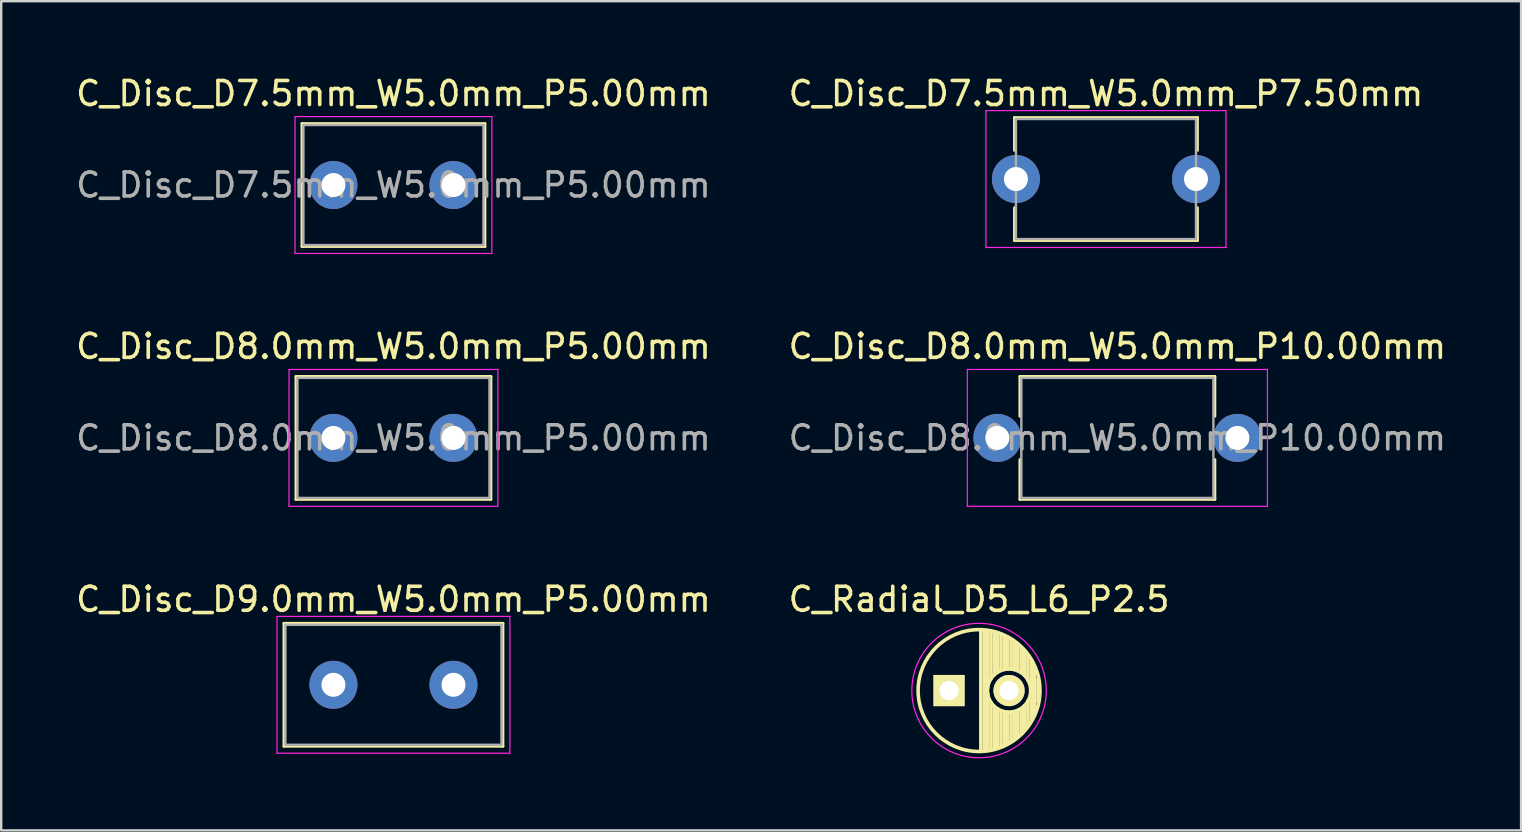
<source format=kicad_pcb>
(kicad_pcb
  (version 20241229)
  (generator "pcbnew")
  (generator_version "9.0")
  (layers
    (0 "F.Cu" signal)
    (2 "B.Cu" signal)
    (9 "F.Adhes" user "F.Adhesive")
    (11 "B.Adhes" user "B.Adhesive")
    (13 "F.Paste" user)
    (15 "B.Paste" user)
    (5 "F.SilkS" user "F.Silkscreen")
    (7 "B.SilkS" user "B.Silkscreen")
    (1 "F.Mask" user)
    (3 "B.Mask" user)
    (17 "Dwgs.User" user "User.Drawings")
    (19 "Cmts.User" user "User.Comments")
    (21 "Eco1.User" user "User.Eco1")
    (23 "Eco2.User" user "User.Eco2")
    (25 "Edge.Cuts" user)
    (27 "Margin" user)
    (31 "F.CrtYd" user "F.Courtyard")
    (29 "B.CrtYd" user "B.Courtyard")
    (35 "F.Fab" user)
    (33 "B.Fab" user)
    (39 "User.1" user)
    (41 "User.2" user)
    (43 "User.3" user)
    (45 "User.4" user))
  (footprint "C_Disc_D8.0mm_W5.0mm_P10.00mm"
    (layer "F.Cu")
    (at 38.494 15.191)
    (property "Reference" "C_Disc_D8.0mm_W5.0mm_P10.00mm" (at 5 -3.81 0) (layer "F.SilkS") (effects (font (size 1 1) (thickness 0.15))))
    (attr through_hole)
    (fp_line (start 0.94 -2.56) (end 0.94 -0.901) (stroke (width 0.12) (type solid)) (layer "F.SilkS"))
    (fp_line (start 0.94 -2.56) (end 9.06 -2.56) (stroke (width 0.12) (type solid)) (layer "F.SilkS"))
    (fp_line (start 0.94 0.901) (end 0.94 2.56) (stroke (width 0.12) (type solid)) (layer "F.SilkS"))
    (fp_line (start 0.94 2.56) (end 9.06 2.56) (stroke (width 0.12) (type solid)) (layer "F.SilkS"))
    (fp_line (start 9.06 -2.56) (end 9.06 -0.901) (stroke (width 0.12) (type solid)) (layer "F.SilkS"))
    (fp_line (start 9.06 0.901) (end 9.06 2.56) (stroke (width 0.12) (type solid)) (layer "F.SilkS"))
    (fp_line (start -1.25 -2.85) (end -1.25 2.85) (stroke (width 0.05) (type solid)) (layer "F.CrtYd"))
    (fp_line (start -1.25 2.85) (end 11.25 2.85) (stroke (width 0.05) (type solid)) (layer "F.CrtYd"))
    (fp_line (start 11.25 -2.85) (end -1.25 -2.85) (stroke (width 0.05) (type solid)) (layer "F.CrtYd"))
    (fp_line (start 11.25 2.85) (end 11.25 -2.85) (stroke (width 0.05) (type solid)) (layer "F.CrtYd"))
    (fp_line (start 1 -2.5) (end 1 2.5) (stroke (width 0.1) (type solid)) (layer "F.Fab"))
    (fp_line (start 1 2.5) (end 9 2.5) (stroke (width 0.1) (type solid)) (layer "F.Fab"))
    (fp_line (start 9 -2.5) (end 1 -2.5) (stroke (width 0.1) (type solid)) (layer "F.Fab"))
    (fp_line (start 9 2.5) (end 9 -2.5) (stroke (width 0.1) (type solid)) (layer "F.Fab"))
    (fp_text user "${REFERENCE}" (at 5 0 0) (layer "F.Fab") (effects (font (size 1 1) (thickness 0.15))))
    (pad "1" thru_hole circle (at 0 0) (size 2 2) (drill 1) (layers "*.Cu" "*.Mask"))
    (pad "2" thru_hole circle (at 10 0) (size 2 2) (drill 1) (layers "*.Cu" "*.Mask")))
  (footprint "C_Disc_D7.5mm_W5.0mm_P5.00mm"
    (layer "F.Cu")
    (at 10.839 4.658)
    (property "Reference" "C_Disc_D7.5mm_W5.0mm_P5.00mm" (at 2.5 -3.81 0) (layer "F.SilkS") (effects (font (size 1 1) (thickness 0.15))))
    (attr through_hole)
    (fp_line (start -1.31 -2.56) (end -1.31 2.56) (stroke (width 0.12) (type solid)) (layer "F.SilkS"))
    (fp_line (start -1.31 -2.56) (end 6.31 -2.56) (stroke (width 0.12) (type solid)) (layer "F.SilkS"))
    (fp_line (start -1.31 2.56) (end 6.31 2.56) (stroke (width 0.12) (type solid)) (layer "F.SilkS"))
    (fp_line (start 6.31 -2.56) (end 6.31 2.56) (stroke (width 0.12) (type solid)) (layer "F.SilkS"))
    (fp_line (start -1.6 -2.85) (end -1.6 2.85) (stroke (width 0.05) (type solid)) (layer "F.CrtYd"))
    (fp_line (start -1.6 2.85) (end 6.6 2.85) (stroke (width 0.05) (type solid)) (layer "F.CrtYd"))
    (fp_line (start 6.6 -2.85) (end -1.6 -2.85) (stroke (width 0.05) (type solid)) (layer "F.CrtYd"))
    (fp_line (start 6.6 2.85) (end 6.6 -2.85) (stroke (width 0.05) (type solid)) (layer "F.CrtYd"))
    (fp_line (start -1.25 -2.5) (end -1.25 2.5) (stroke (width 0.1) (type solid)) (layer "F.Fab"))
    (fp_line (start -1.25 2.5) (end 6.25 2.5) (stroke (width 0.1) (type solid)) (layer "F.Fab"))
    (fp_line (start 6.25 -2.5) (end -1.25 -2.5) (stroke (width 0.1) (type solid)) (layer "F.Fab"))
    (fp_line (start 6.25 2.5) (end 6.25 -2.5) (stroke (width 0.1) (type solid)) (layer "F.Fab"))
    (fp_text user "${REFERENCE}" (at 2.5 0 0) (layer "F.Fab") (effects (font (size 1 1) (thickness 0.15))))
    (pad "1" thru_hole circle (at 0 0) (size 2 2) (drill 1) (layers "*.Cu" "*.Mask"))
    (pad "2" thru_hole circle (at 5 0) (size 2 2) (drill 1) (layers "*.Cu" "*.Mask")))
  (footprint "C_Disc_D9.0mm_W5.0mm_P5.00mm"
    (layer "F.Cu")
    (at 10.839 25.475)
    (property "Reference" "C_Disc_D9.0mm_W5.0mm_P5.00mm" (at 2.5 -3.56 0) (layer "F.SilkS") (effects (font (size 1 1) (thickness 0.15))))
    (attr through_hole)
    (fp_line (start -2.06 -2.56) (end -2.06 2.56) (stroke (width 0.12) (type solid)) (layer "F.SilkS"))
    (fp_line (start -2.06 -2.56) (end 7.06 -2.56) (stroke (width 0.12) (type solid)) (layer "F.SilkS"))
    (fp_line (start -2.06 2.56) (end 7.06 2.56) (stroke (width 0.12) (type solid)) (layer "F.SilkS"))
    (fp_line (start 7.06 -2.56) (end 7.06 2.56) (stroke (width 0.12) (type solid)) (layer "F.SilkS"))
    (fp_line (start -2.35 -2.85) (end -2.35 2.85) (stroke (width 0.05) (type solid)) (layer "F.CrtYd"))
    (fp_line (start -2.35 2.85) (end 7.35 2.85) (stroke (width 0.05) (type solid)) (layer "F.CrtYd"))
    (fp_line (start 7.35 -2.85) (end -2.35 -2.85) (stroke (width 0.05) (type solid)) (layer "F.CrtYd"))
    (fp_line (start 7.35 2.85) (end 7.35 -2.85) (stroke (width 0.05) (type solid)) (layer "F.CrtYd"))
    (fp_line (start -2 -2.5) (end -2 2.5) (stroke (width 0.1) (type solid)) (layer "F.Fab"))
    (fp_line (start -2 2.5) (end 7 2.5) (stroke (width 0.1) (type solid)) (layer "F.Fab"))
    (fp_line (start 7 -2.5) (end -2 -2.5) (stroke (width 0.1) (type solid)) (layer "F.Fab"))
    (fp_line (start 7 2.5) (end 7 -2.5) (stroke (width 0.1) (type solid)) (layer "F.Fab"))
    (pad "1" thru_hole circle (at 0 0) (size 2 2) (drill 1) (layers "*.Cu" "*.Mask"))
    (pad "2" thru_hole circle (at 5 0) (size 2 2) (drill 1) (layers "*.Cu" "*.Mask")))
  (footprint "C_Disc_D8.0mm_W5.0mm_P5.00mm"
    (layer "F.Cu")
    (at 10.839 15.191)
    (property "Reference" "C_Disc_D8.0mm_W5.0mm_P5.00mm" (at 2.5 -3.81 0) (layer "F.SilkS") (effects (font (size 1 1) (thickness 0.15))))
    (attr through_hole)
    (fp_line (start -1.56 -2.56) (end -1.56 2.56) (stroke (width 0.12) (type solid)) (layer "F.SilkS"))
    (fp_line (start -1.56 -2.56) (end 6.56 -2.56) (stroke (width 0.12) (type solid)) (layer "F.SilkS"))
    (fp_line (start -1.56 2.56) (end 6.56 2.56) (stroke (width 0.12) (type solid)) (layer "F.SilkS"))
    (fp_line (start 6.56 -2.56) (end 6.56 2.56) (stroke (width 0.12) (type solid)) (layer "F.SilkS"))
    (fp_line (start -1.85 -2.85) (end -1.85 2.85) (stroke (width 0.05) (type solid)) (layer "F.CrtYd"))
    (fp_line (start -1.85 2.85) (end 6.85 2.85) (stroke (width 0.05) (type solid)) (layer "F.CrtYd"))
    (fp_line (start 6.85 -2.85) (end -1.85 -2.85) (stroke (width 0.05) (type solid)) (layer "F.CrtYd"))
    (fp_line (start 6.85 2.85) (end 6.85 -2.85) (stroke (width 0.05) (type solid)) (layer "F.CrtYd"))
    (fp_line (start -1.5 -2.5) (end -1.5 2.5) (stroke (width 0.1) (type solid)) (layer "F.Fab"))
    (fp_line (start -1.5 2.5) (end 6.5 2.5) (stroke (width 0.1) (type solid)) (layer "F.Fab"))
    (fp_line (start 6.5 -2.5) (end -1.5 -2.5) (stroke (width 0.1) (type solid)) (layer "F.Fab"))
    (fp_line (start 6.5 2.5) (end 6.5 -2.5) (stroke (width 0.1) (type solid)) (layer "F.Fab"))
    (fp_text user "${REFERENCE}" (at 2.5 0 0) (layer "F.Fab") (effects (font (size 1 1) (thickness 0.15))))
    (pad "1" thru_hole circle (at 0 0) (size 2 2) (drill 1) (layers "*.Cu" "*.Mask"))
    (pad "2" thru_hole circle (at 5 0) (size 2 2) (drill 1) (layers "*.Cu" "*.Mask")))
  (footprint "C_Radial_D5_L6_P2.5"
    (layer "F.Cu")
    (at 36.482 25.715)
    (property "Reference" "C_Radial_D5_L6_P2.5" (at 1.25 -3.8 0) (layer "F.SilkS") (effects (font (size 1 1) (thickness 0.15))))
    (attr through_hole)
    (fp_line (start 1.325 -2.499) (end 1.325 2.499) (stroke (width 0.15) (type solid)) (layer "F.SilkS"))
    (fp_line (start 1.465 -2.491) (end 1.465 2.491) (stroke (width 0.15) (type solid)) (layer "F.SilkS"))
    (fp_line (start 1.605 -2.475) (end 1.605 -0.095) (stroke (width 0.15) (type solid)) (layer "F.SilkS"))
    (fp_line (start 1.605 0.095) (end 1.605 2.475) (stroke (width 0.15) (type solid)) (layer "F.SilkS"))
    (fp_line (start 1.745 -2.451) (end 1.745 -0.49) (stroke (width 0.15) (type solid)) (layer "F.SilkS"))
    (fp_line (start 1.745 0.49) (end 1.745 2.451) (stroke (width 0.15) (type solid)) (layer "F.SilkS"))
    (fp_line (start 1.885 -2.418) (end 1.885 -0.657) (stroke (width 0.15) (type solid)) (layer "F.SilkS"))
    (fp_line (start 1.885 0.657) (end 1.885 2.418) (stroke (width 0.15) (type solid)) (layer "F.SilkS"))
    (fp_line (start 2.025 -2.377) (end 2.025 -0.764) (stroke (width 0.15) (type solid)) (layer "F.SilkS"))
    (fp_line (start 2.025 0.764) (end 2.025 2.377) (stroke (width 0.15) (type solid)) (layer "F.SilkS"))
    (fp_line (start 2.165 -2.327) (end 2.165 -0.835) (stroke (width 0.15) (type solid)) (layer "F.SilkS"))
    (fp_line (start 2.165 0.835) (end 2.165 2.327) (stroke (width 0.15) (type solid)) (layer "F.SilkS"))
    (fp_line (start 2.305 -2.266) (end 2.305 -0.879) (stroke (width 0.15) (type solid)) (layer "F.SilkS"))
    (fp_line (start 2.305 0.879) (end 2.305 2.266) (stroke (width 0.15) (type solid)) (layer "F.SilkS"))
    (fp_line (start 2.445 -2.196) (end 2.445 -0.898) (stroke (width 0.15) (type solid)) (layer "F.SilkS"))
    (fp_line (start 2.445 0.898) (end 2.445 2.196) (stroke (width 0.15) (type solid)) (layer "F.SilkS"))
    (fp_line (start 2.585 -2.114) (end 2.585 -0.896) (stroke (width 0.15) (type solid)) (layer "F.SilkS"))
    (fp_line (start 2.585 0.896) (end 2.585 2.114) (stroke (width 0.15) (type solid)) (layer "F.SilkS"))
    (fp_line (start 2.725 -2.019) (end 2.725 -0.871) (stroke (width 0.15) (type solid)) (layer "F.SilkS"))
    (fp_line (start 2.725 0.871) (end 2.725 2.019) (stroke (width 0.15) (type solid)) (layer "F.SilkS"))
    (fp_line (start 2.865 -1.908) (end 2.865 -0.823) (stroke (width 0.15) (type solid)) (layer "F.SilkS"))
    (fp_line (start 2.865 0.823) (end 2.865 1.908) (stroke (width 0.15) (type solid)) (layer "F.SilkS"))
    (fp_line (start 3.005 -1.78) (end 3.005 -0.745) (stroke (width 0.15) (type solid)) (layer "F.SilkS"))
    (fp_line (start 3.005 0.745) (end 3.005 1.78) (stroke (width 0.15) (type solid)) (layer "F.SilkS"))
    (fp_line (start 3.145 -1.631) (end 3.145 -0.628) (stroke (width 0.15) (type solid)) (layer "F.SilkS"))
    (fp_line (start 3.145 0.628) (end 3.145 1.631) (stroke (width 0.15) (type solid)) (layer "F.SilkS"))
    (fp_line (start 3.285 -1.452) (end 3.285 -0.44) (stroke (width 0.15) (type solid)) (layer "F.SilkS"))
    (fp_line (start 3.285 0.44) (end 3.285 1.452) (stroke (width 0.15) (type solid)) (layer "F.SilkS"))
    (fp_line (start 3.425 -1.233) (end 3.425 1.233) (stroke (width 0.15) (type solid)) (layer "F.SilkS"))
    (fp_line (start 3.565 -0.944) (end 3.565 0.944) (stroke (width 0.15) (type solid)) (layer "F.SilkS"))
    (fp_line (start 3.705 -0.472) (end 3.705 0.472) (stroke (width 0.15) (type solid)) (layer "F.SilkS"))
    (fp_circle (center 1.25 0) (end 1.25 -2.538) (stroke (width 0.15) (type solid)) (fill no) (layer "F.SilkS"))
    (fp_circle (center 2.5 0) (end 2.5 -0.9) (stroke (width 0.15) (type solid)) (fill no) (layer "F.SilkS"))
    (fp_circle (center 1.25 0) (end 1.25 -2.8) (stroke (width 0.05) (type solid)) (fill no) (layer "F.CrtYd"))
    (pad "1" thru_hole rect (at 0 0) (size 1.3 1.3) (drill 0.8) (layers "*.Cu" "*.Mask" "F.SilkS"))
    (pad "2" thru_hole circle (at 2.5 0) (size 1.3 1.3) (drill 0.8) (layers "*.Cu" "*.Mask" "F.SilkS")))
  (footprint "C_Disc_D7.5mm_W5.0mm_P7.50mm"
    (layer "F.Cu")
    (at 39.268 4.408)
    (property "Reference" "C_Disc_D7.5mm_W5.0mm_P7.50mm" (at 3.75 -3.56 0) (layer "F.SilkS") (effects (font (size 1 1) (thickness 0.15))))
    (attr through_hole)
    (fp_line (start -0.06 -2.56) (end -0.06 -1.195) (stroke (width 0.12) (type solid)) (layer "F.SilkS"))
    (fp_line (start -0.06 -2.56) (end 7.56 -2.56) (stroke (width 0.12) (type solid)) (layer "F.SilkS"))
    (fp_line (start -0.06 1.195) (end -0.06 2.56) (stroke (width 0.12) (type solid)) (layer "F.SilkS"))
    (fp_line (start -0.06 2.56) (end 7.56 2.56) (stroke (width 0.12) (type solid)) (layer "F.SilkS"))
    (fp_line (start 7.56 -2.56) (end 7.56 -1.195) (stroke (width 0.12) (type solid)) (layer "F.SilkS"))
    (fp_line (start 7.56 1.195) (end 7.56 2.56) (stroke (width 0.12) (type solid)) (layer "F.SilkS"))
    (fp_line (start -1.25 -2.85) (end -1.25 2.85) (stroke (width 0.05) (type solid)) (layer "F.CrtYd"))
    (fp_line (start -1.25 2.85) (end 8.75 2.85) (stroke (width 0.05) (type solid)) (layer "F.CrtYd"))
    (fp_line (start 8.75 -2.85) (end -1.25 -2.85) (stroke (width 0.05) (type solid)) (layer "F.CrtYd"))
    (fp_line (start 8.75 2.85) (end 8.75 -2.85) (stroke (width 0.05) (type solid)) (layer "F.CrtYd"))
    (fp_line (start 0 -2.5) (end 0 2.5) (stroke (width 0.1) (type solid)) (layer "F.Fab"))
    (fp_line (start 0 2.5) (end 7.5 2.5) (stroke (width 0.1) (type solid)) (layer "F.Fab"))
    (fp_line (start 7.5 -2.5) (end 0 -2.5) (stroke (width 0.1) (type solid)) (layer "F.Fab"))
    (fp_line (start 7.5 2.5) (end 7.5 -2.5) (stroke (width 0.1) (type solid)) (layer "F.Fab"))
    (pad "1" thru_hole circle (at 0 0) (size 2 2) (drill 1) (layers "*.Cu" "*.Mask"))
    (pad "2" thru_hole circle (at 7.5 0) (size 2 2) (drill 1) (layers "*.Cu" "*.Mask")))
  (gr_rect
    (start -3 -3)
    (end 60.31 31.54)
    (stroke (width 0.1) (type default))
    (fill no)
    (layer "Edge.Cuts")))
</source>
